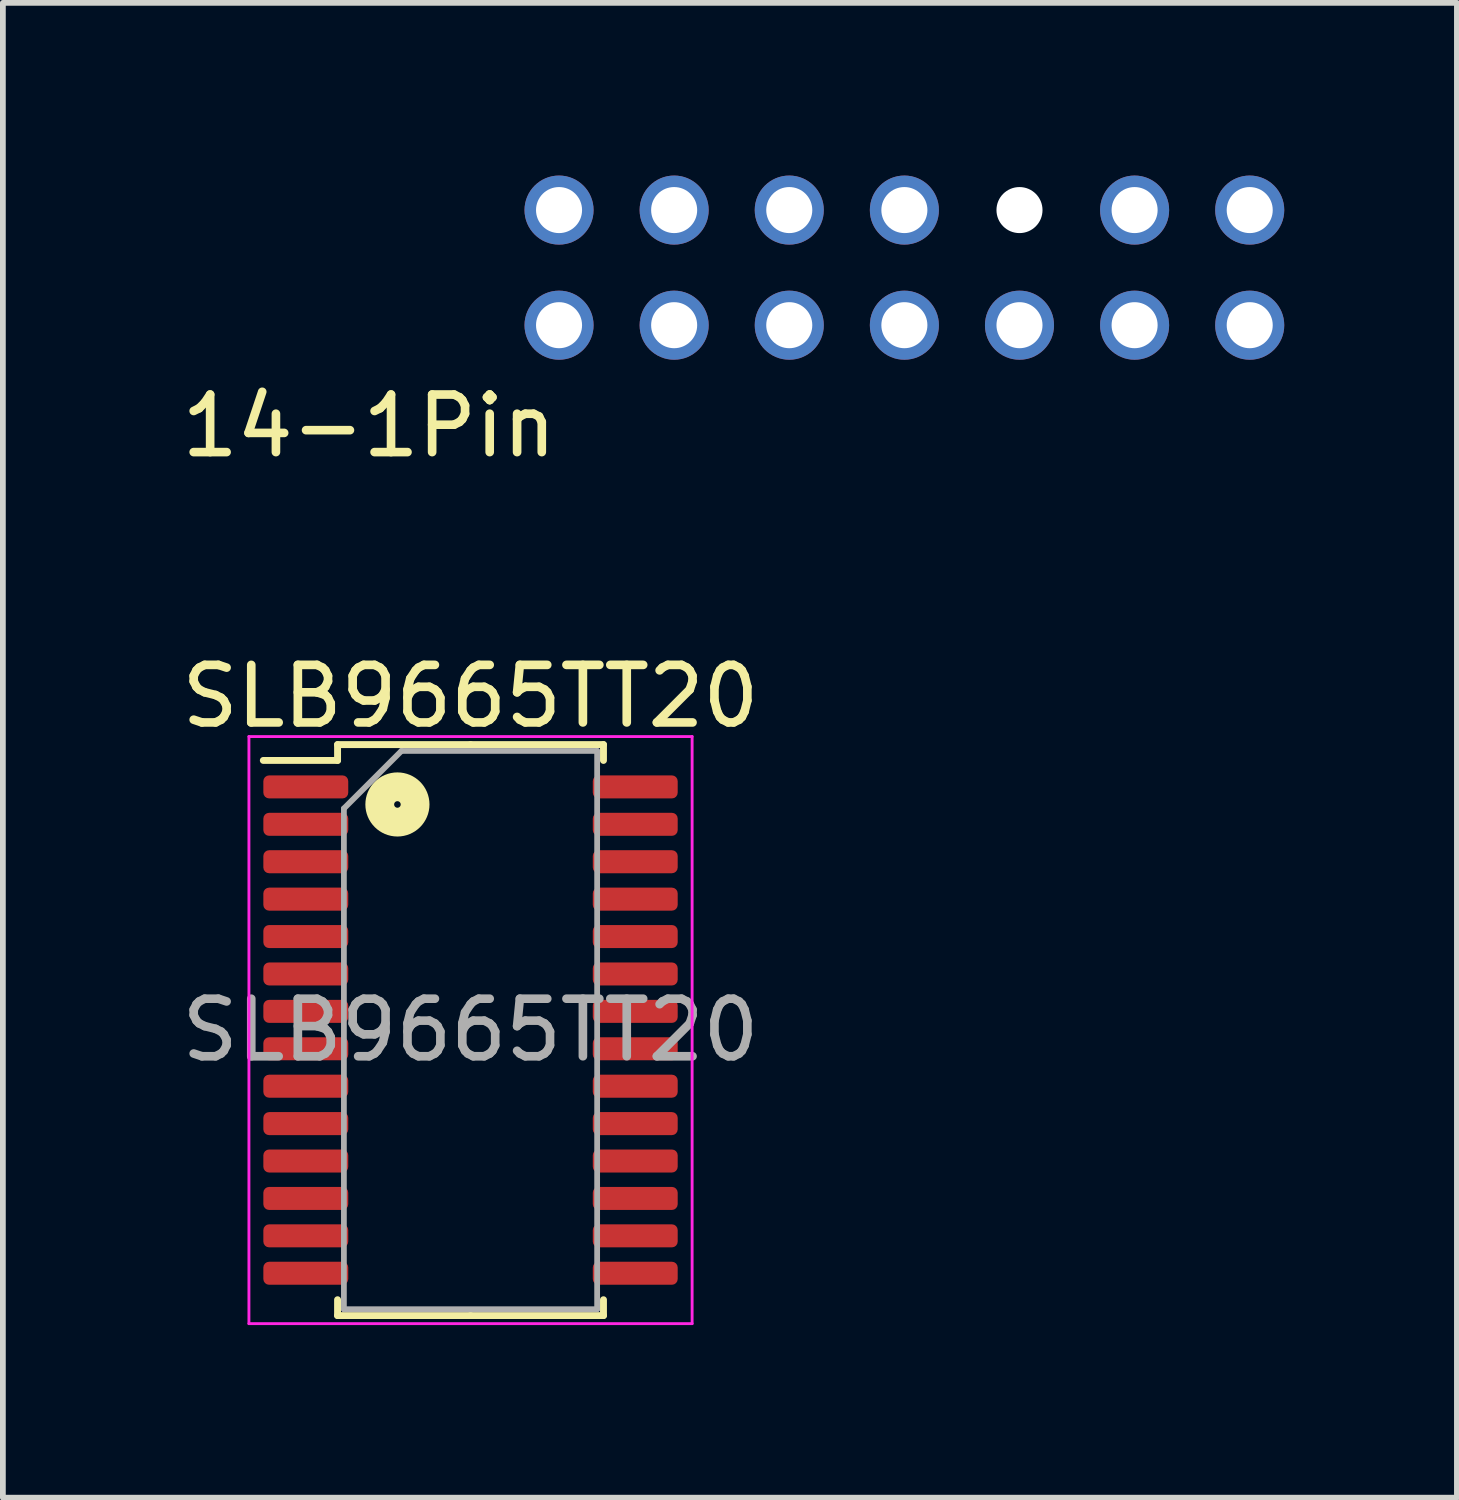
<source format=kicad_pcb>
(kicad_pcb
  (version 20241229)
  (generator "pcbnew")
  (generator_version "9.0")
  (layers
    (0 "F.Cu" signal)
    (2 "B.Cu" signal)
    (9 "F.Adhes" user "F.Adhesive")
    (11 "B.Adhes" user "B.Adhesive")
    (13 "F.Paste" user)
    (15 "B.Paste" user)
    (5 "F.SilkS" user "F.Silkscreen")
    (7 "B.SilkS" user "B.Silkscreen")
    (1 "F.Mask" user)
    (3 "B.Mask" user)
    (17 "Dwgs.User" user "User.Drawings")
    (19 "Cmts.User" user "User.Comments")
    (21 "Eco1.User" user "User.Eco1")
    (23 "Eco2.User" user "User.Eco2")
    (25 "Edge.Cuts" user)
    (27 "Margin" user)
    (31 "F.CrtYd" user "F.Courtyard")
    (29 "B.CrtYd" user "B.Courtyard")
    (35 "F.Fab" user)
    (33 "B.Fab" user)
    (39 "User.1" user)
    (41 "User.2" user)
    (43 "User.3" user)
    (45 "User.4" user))
  (footprint "SLB9665TT20"
    (layer "F.Cu")
    (at 5.125 14.847)
    (property "Reference" "SLB9665TT20" (at 0 -5.8 0) (layer "F.SilkS") (effects (font (size 1 1) (thickness 0.15))))
    (attr smd)
    (fp_line (start -2.31 -4.96) (end -2.31 -4.685) (stroke (width 0.12) (type solid)) (layer "F.SilkS"))
    (fp_line (start -2.31 -4.685) (end -3.6 -4.685) (stroke (width 0.12) (type solid)) (layer "F.SilkS"))
    (fp_line (start -2.31 4.96) (end -2.31 4.685) (stroke (width 0.12) (type solid)) (layer "F.SilkS"))
    (fp_line (start 0 -4.96) (end -2.31 -4.96) (stroke (width 0.12) (type solid)) (layer "F.SilkS"))
    (fp_line (start 0 -4.96) (end 2.31 -4.96) (stroke (width 0.12) (type solid)) (layer "F.SilkS"))
    (fp_line (start 0 4.96) (end -2.31 4.96) (stroke (width 0.12) (type solid)) (layer "F.SilkS"))
    (fp_line (start 0 4.96) (end 2.31 4.96) (stroke (width 0.12) (type solid)) (layer "F.SilkS"))
    (fp_line (start 2.31 -4.96) (end 2.31 -4.685) (stroke (width 0.12) (type solid)) (layer "F.SilkS"))
    (fp_line (start 2.31 4.96) (end 2.31 4.685) (stroke (width 0.12) (type solid)) (layer "F.SilkS"))
    (fp_circle (center -1.27 -3.92) (end -1.213 -3.92) (stroke (width 0.5) (type solid)) (fill no) (layer "F.SilkS"))
    (fp_line (start -3.85 -5.1) (end -3.85 5.1) (stroke (width 0.05) (type solid)) (layer "F.CrtYd"))
    (fp_line (start -3.85 5.1) (end 3.85 5.1) (stroke (width 0.05) (type solid)) (layer "F.CrtYd"))
    (fp_line (start 3.85 -5.1) (end -3.85 -5.1) (stroke (width 0.05) (type solid)) (layer "F.CrtYd"))
    (fp_line (start 3.85 5.1) (end 3.85 -5.1) (stroke (width 0.05) (type solid)) (layer "F.CrtYd"))
    (fp_line (start -2.2 -3.85) (end -1.2 -4.85) (stroke (width 0.1) (type solid)) (layer "F.Fab"))
    (fp_line (start -2.2 4.85) (end -2.2 -3.85) (stroke (width 0.1) (type solid)) (layer "F.Fab"))
    (fp_line (start -1.2 -4.85) (end 2.2 -4.85) (stroke (width 0.1) (type solid)) (layer "F.Fab"))
    (fp_line (start 2.2 -4.85) (end 2.2 4.85) (stroke (width 0.1) (type solid)) (layer "F.Fab"))
    (fp_line (start 2.2 4.85) (end -2.2 4.85) (stroke (width 0.1) (type solid)) (layer "F.Fab"))
    (fp_text user "${REFERENCE}" (at 0 0 0) (layer "F.Fab") (effects (font (size 1 1) (thickness 0.15))))
    (pad "1" smd roundrect (at -2.862 -4.225) (size 1.475 0.4) (layers "F.Cu" "F.Mask" "F.Paste") (roundrect_rratio 0.25))
    (pad "2" smd roundrect (at -2.862 -3.575) (size 1.475 0.4) (layers "F.Cu" "F.Mask" "F.Paste") (roundrect_rratio 0.25))
    (pad "3" smd roundrect (at -2.862 -2.925) (size 1.475 0.4) (layers "F.Cu" "F.Mask" "F.Paste") (roundrect_rratio 0.25))
    (pad "4" smd roundrect (at -2.862 -2.275) (size 1.475 0.4) (layers "F.Cu" "F.Mask" "F.Paste") (roundrect_rratio 0.25))
    (pad "5" smd roundrect (at -2.862 -1.625) (size 1.475 0.4) (layers "F.Cu" "F.Mask" "F.Paste") (roundrect_rratio 0.25))
    (pad "6" smd roundrect (at -2.862 -0.975) (size 1.475 0.4) (layers "F.Cu" "F.Mask" "F.Paste") (roundrect_rratio 0.25))
    (pad "7" smd roundrect (at -2.862 -0.325) (size 1.475 0.4) (layers "F.Cu" "F.Mask" "F.Paste") (roundrect_rratio 0.25))
    (pad "8" smd roundrect (at -2.862 0.325) (size 1.475 0.4) (layers "F.Cu" "F.Mask" "F.Paste") (roundrect_rratio 0.25))
    (pad "9" smd roundrect (at -2.862 0.975) (size 1.475 0.4) (layers "F.Cu" "F.Mask" "F.Paste") (roundrect_rratio 0.25))
    (pad "10" smd roundrect (at -2.862 1.625) (size 1.475 0.4) (layers "F.Cu" "F.Mask" "F.Paste") (roundrect_rratio 0.25))
    (pad "11" smd roundrect (at -2.862 2.275) (size 1.475 0.4) (layers "F.Cu" "F.Mask" "F.Paste") (roundrect_rratio 0.25))
    (pad "12" smd roundrect (at -2.862 2.925) (size 1.475 0.4) (layers "F.Cu" "F.Mask" "F.Paste") (roundrect_rratio 0.25))
    (pad "13" smd roundrect (at -2.862 3.575) (size 1.475 0.4) (layers "F.Cu" "F.Mask" "F.Paste") (roundrect_rratio 0.25))
    (pad "14" smd roundrect (at -2.862 4.225) (size 1.475 0.4) (layers "F.Cu" "F.Mask" "F.Paste") (roundrect_rratio 0.25))
    (pad "15" smd roundrect (at 2.862 4.225) (size 1.475 0.4) (layers "F.Cu" "F.Mask" "F.Paste") (roundrect_rratio 0.25))
    (pad "16" smd roundrect (at 2.862 3.575) (size 1.475 0.4) (layers "F.Cu" "F.Mask" "F.Paste") (roundrect_rratio 0.25))
    (pad "17" smd roundrect (at 2.862 2.925) (size 1.475 0.4) (layers "F.Cu" "F.Mask" "F.Paste") (roundrect_rratio 0.25))
    (pad "18" smd roundrect (at 2.862 2.275) (size 1.475 0.4) (layers "F.Cu" "F.Mask" "F.Paste") (roundrect_rratio 0.25))
    (pad "19" smd roundrect (at 2.862 1.625) (size 1.475 0.4) (layers "F.Cu" "F.Mask" "F.Paste") (roundrect_rratio 0.25))
    (pad "20" smd roundrect (at 2.862 0.975) (size 1.475 0.4) (layers "F.Cu" "F.Mask" "F.Paste") (roundrect_rratio 0.25))
    (pad "21" smd roundrect (at 2.862 0.325) (size 1.475 0.4) (layers "F.Cu" "F.Mask" "F.Paste") (roundrect_rratio 0.25))
    (pad "22" smd roundrect (at 2.862 -0.325) (size 1.475 0.4) (layers "F.Cu" "F.Mask" "F.Paste") (roundrect_rratio 0.25))
    (pad "23" smd roundrect (at 2.862 -0.975) (size 1.475 0.4) (layers "F.Cu" "F.Mask" "F.Paste") (roundrect_rratio 0.25))
    (pad "24" smd roundrect (at 2.862 -1.625) (size 1.475 0.4) (layers "F.Cu" "F.Mask" "F.Paste") (roundrect_rratio 0.25))
    (pad "25" smd roundrect (at 2.862 -2.275) (size 1.475 0.4) (layers "F.Cu" "F.Mask" "F.Paste") (roundrect_rratio 0.25))
    (pad "26" smd roundrect (at 2.862 -2.925) (size 1.475 0.4) (layers "F.Cu" "F.Mask" "F.Paste") (roundrect_rratio 0.25))
    (pad "27" smd roundrect (at 2.862 -3.575) (size 1.475 0.4) (layers "F.Cu" "F.Mask" "F.Paste") (roundrect_rratio 0.25))
    (pad "28" smd roundrect (at 2.862 -4.225) (size 1.475 0.4) (layers "F.Cu" "F.Mask" "F.Paste") (roundrect_rratio 0.25)))
  (footprint "14-1Pin"
    (layer "F.Cu")
    (at 6.663 2.6)
    (property "Reference" "14-1Pin" (at -3.3 1.75 0) (layer "F.SilkS") (effects (font (size 1 1) (thickness 0.15))))
    (attr through_hole)
    (pad "" np_thru_hole circle (at 8 -2) (size 0.8 0.8) (drill 0.8) (layers "*.Cu" "*.Mask"))
    (pad "1" thru_hole circle (at 0 0) (size 1.2 1.2) (drill 0.8) (layers "*.Cu" "*.Mask"))
    (pad "2" thru_hole circle (at 2 0) (size 1.2 1.2) (drill 0.8) (layers "*.Cu" "*.Mask"))
    (pad "3" thru_hole circle (at 4 0) (size 1.2 1.2) (drill 0.8) (layers "*.Cu" "*.Mask"))
    (pad "4" thru_hole circle (at 6 0) (size 1.2 1.2) (drill 0.8) (layers "*.Cu" "*.Mask"))
    (pad "5" thru_hole circle (at 8 0) (size 1.2 1.2) (drill 0.8) (layers "*.Cu" "*.Mask"))
    (pad "6" thru_hole circle (at 10 0) (size 1.2 1.2) (drill 0.8) (layers "*.Cu" "*.Mask"))
    (pad "7" thru_hole circle (at 12 0) (size 1.2 1.2) (drill 0.8) (layers "*.Cu" "*.Mask"))
    (pad "8" thru_hole circle (at 0 -2) (size 1.2 1.2) (drill 0.8) (layers "*.Cu" "*.Mask"))
    (pad "9" thru_hole circle (at 2 -2) (size 1.2 1.2) (drill 0.8) (layers "*.Cu" "*.Mask"))
    (pad "10" thru_hole circle (at 4 -2) (size 1.2 1.2) (drill 0.8) (layers "*.Cu" "*.Mask"))
    (pad "11" thru_hole circle (at 6 -2) (size 1.2 1.2) (drill 0.8) (layers "*.Cu" "*.Mask"))
    (pad "13" thru_hole circle (at 10 -2) (size 1.2 1.2) (drill 0.8) (layers "*.Cu" "*.Mask"))
    (pad "14" thru_hole circle (at 12 -2) (size 1.2 1.2) (drill 0.8) (layers "*.Cu" "*.Mask")))
  (gr_rect
    (start -3 -3)
    (end 22.263 22.971)
    (stroke (width 0.1) (type default))
    (fill no)
    (layer "Edge.Cuts")))
</source>
